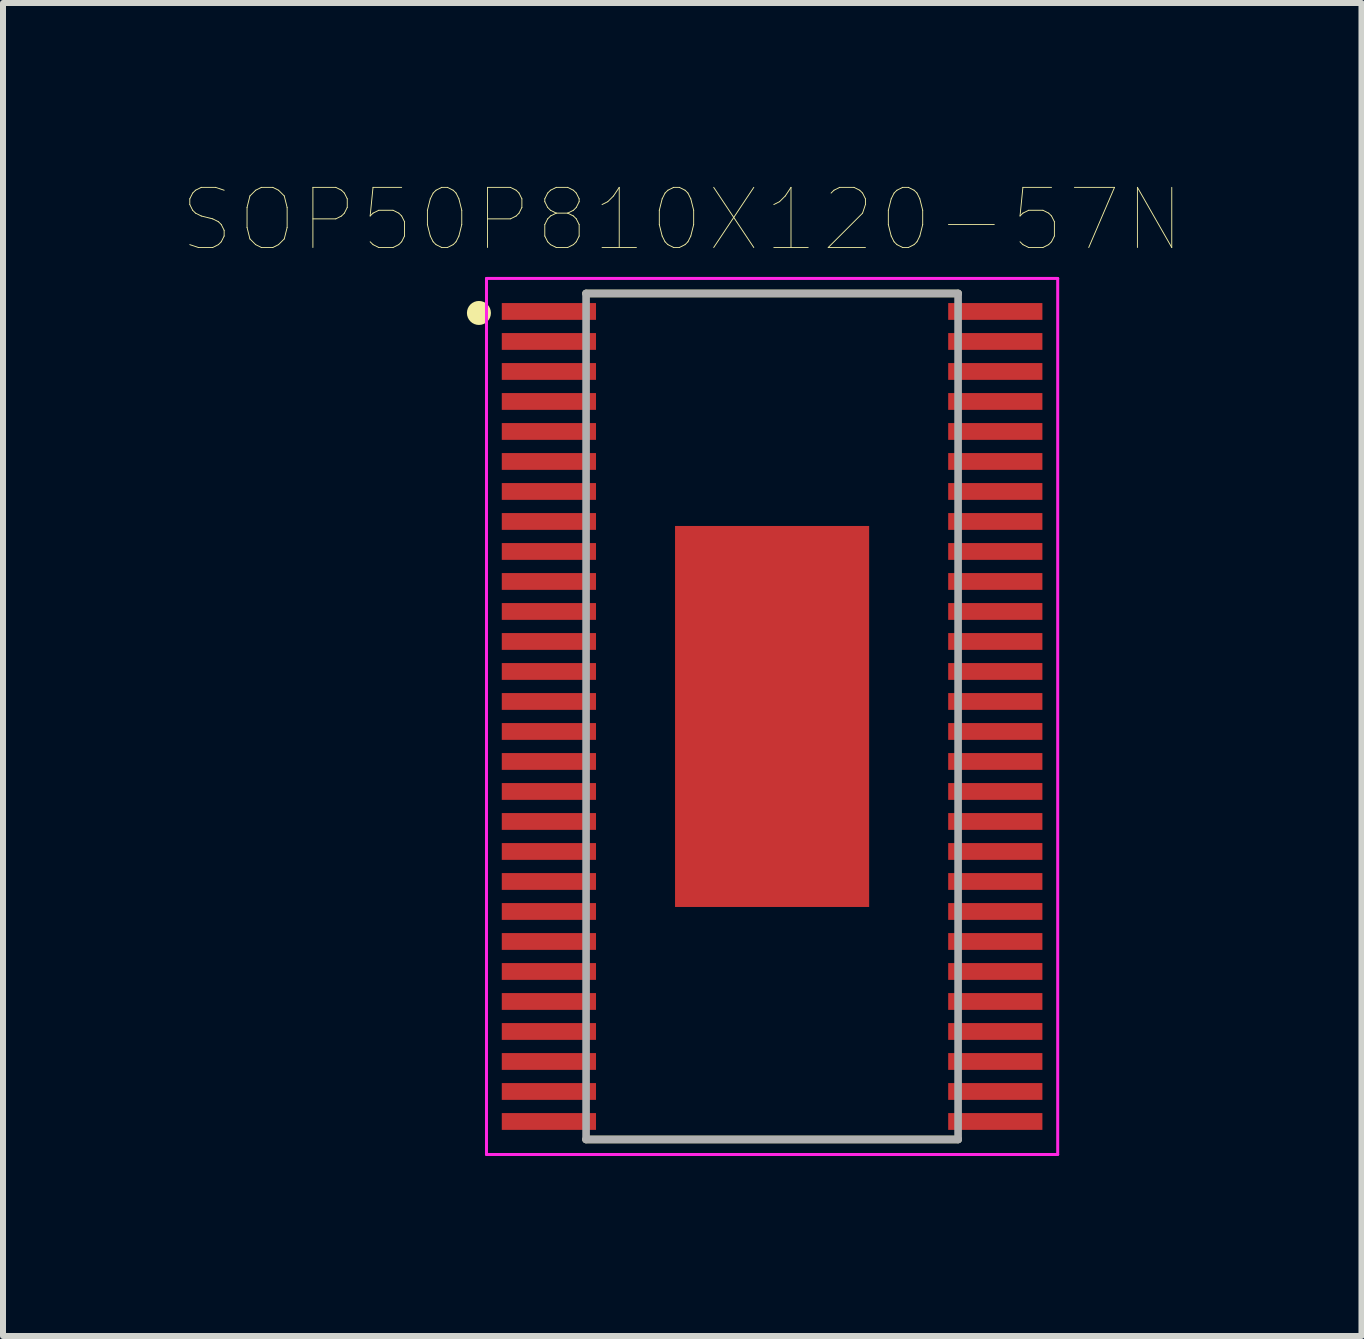
<source format=kicad_pcb>
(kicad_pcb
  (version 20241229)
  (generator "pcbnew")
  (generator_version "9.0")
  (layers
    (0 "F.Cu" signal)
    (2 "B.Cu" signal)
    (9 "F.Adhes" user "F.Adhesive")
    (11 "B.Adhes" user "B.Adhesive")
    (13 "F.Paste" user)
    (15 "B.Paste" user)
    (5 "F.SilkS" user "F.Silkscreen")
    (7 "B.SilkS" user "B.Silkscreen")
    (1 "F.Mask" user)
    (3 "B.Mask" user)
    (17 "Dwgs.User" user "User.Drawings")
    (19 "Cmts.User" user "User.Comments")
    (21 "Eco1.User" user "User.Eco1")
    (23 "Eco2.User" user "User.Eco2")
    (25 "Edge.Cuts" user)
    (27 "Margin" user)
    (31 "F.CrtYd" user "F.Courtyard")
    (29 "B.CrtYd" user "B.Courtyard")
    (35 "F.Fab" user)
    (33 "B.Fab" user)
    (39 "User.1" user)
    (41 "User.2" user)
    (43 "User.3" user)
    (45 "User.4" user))
  (footprint "SOP50P810X120-57N"
    (layer "F.Cu")
    (at 9.818 8.891)
    (property "Reference" "SOP50P810X120-57N" (at -1.498 -8.279 0) (layer "F.SilkS") (effects (font (size 1.002 1.002) (thickness 0.015))))
    (attr through_hole)
    (fp_line (start -3.1 -7.05) (end 3.1 -7.05) (stroke (width 0.127) (type solid)) (layer "F.SilkS"))
    (fp_line (start -3.1 7.05) (end 3.1 7.05) (stroke (width 0.127) (type solid)) (layer "F.SilkS"))
    (fp_circle (center -4.886 -6.725) (end -4.786 -6.725) (stroke (width 0.2) (type solid)) (fill no) (layer "F.SilkS"))
    (fp_poly (pts (xy -1.024 -2) (xy 1.023 -2) (xy 1.023 2.003) (xy -1.024 2.003)) (stroke (width 0.01) (type solid)) (fill yes) (layer "F.Paste"))
    (fp_line (start -4.76 -7.3) (end -4.76 7.3) (stroke (width 0.05) (type solid)) (layer "F.CrtYd"))
    (fp_line (start -4.76 -7.3) (end 4.76 -7.3) (stroke (width 0.05) (type solid)) (layer "F.CrtYd"))
    (fp_line (start -4.76 7.3) (end 4.76 7.3) (stroke (width 0.05) (type solid)) (layer "F.CrtYd"))
    (fp_line (start 4.76 -7.3) (end 4.76 7.3) (stroke (width 0.05) (type solid)) (layer "F.CrtYd"))
    (fp_line (start -3.1 -7.05) (end -3.1 7.05) (stroke (width 0.127) (type solid)) (layer "F.Fab"))
    (fp_line (start -3.1 -7.05) (end 3.1 -7.05) (stroke (width 0.127) (type solid)) (layer "F.Fab"))
    (fp_line (start -3.1 7.05) (end 3.1 7.05) (stroke (width 0.127) (type solid)) (layer "F.Fab"))
    (fp_line (start 3.1 -7.05) (end 3.1 7.05) (stroke (width 0.127) (type solid)) (layer "F.Fab"))
    (pad "1" smd rect (at -3.72 -6.75) (size 1.57 0.28) (layers "F.Cu" "F.Mask" "F.Paste"))
    (pad "2" smd rect (at -3.72 -6.25) (size 1.57 0.28) (layers "F.Cu" "F.Mask" "F.Paste"))
    (pad "3" smd rect (at -3.72 -5.75) (size 1.57 0.28) (layers "F.Cu" "F.Mask" "F.Paste"))
    (pad "4" smd rect (at -3.72 -5.25) (size 1.57 0.28) (layers "F.Cu" "F.Mask" "F.Paste"))
    (pad "5" smd rect (at -3.72 -4.75) (size 1.57 0.28) (layers "F.Cu" "F.Mask" "F.Paste"))
    (pad "6" smd rect (at -3.72 -4.25) (size 1.57 0.28) (layers "F.Cu" "F.Mask" "F.Paste"))
    (pad "7" smd rect (at -3.72 -3.75) (size 1.57 0.28) (layers "F.Cu" "F.Mask" "F.Paste"))
    (pad "8" smd rect (at -3.72 -3.25) (size 1.57 0.28) (layers "F.Cu" "F.Mask" "F.Paste"))
    (pad "9" smd rect (at -3.72 -2.75) (size 1.57 0.28) (layers "F.Cu" "F.Mask" "F.Paste"))
    (pad "10" smd rect (at -3.72 -2.25) (size 1.57 0.28) (layers "F.Cu" "F.Mask" "F.Paste"))
    (pad "11" smd rect (at -3.72 -1.75) (size 1.57 0.28) (layers "F.Cu" "F.Mask" "F.Paste"))
    (pad "12" smd rect (at -3.72 -1.25) (size 1.57 0.28) (layers "F.Cu" "F.Mask" "F.Paste"))
    (pad "13" smd rect (at -3.72 -0.75) (size 1.57 0.28) (layers "F.Cu" "F.Mask" "F.Paste"))
    (pad "14" smd rect (at -3.72 -0.25) (size 1.57 0.28) (layers "F.Cu" "F.Mask" "F.Paste"))
    (pad "15" smd rect (at -3.72 0.25) (size 1.57 0.28) (layers "F.Cu" "F.Mask" "F.Paste"))
    (pad "16" smd rect (at -3.72 0.75) (size 1.57 0.28) (layers "F.Cu" "F.Mask" "F.Paste"))
    (pad "17" smd rect (at -3.72 1.25) (size 1.57 0.28) (layers "F.Cu" "F.Mask" "F.Paste"))
    (pad "18" smd rect (at -3.72 1.75) (size 1.57 0.28) (layers "F.Cu" "F.Mask" "F.Paste"))
    (pad "19" smd rect (at -3.72 2.25) (size 1.57 0.28) (layers "F.Cu" "F.Mask" "F.Paste"))
    (pad "20" smd rect (at -3.72 2.75) (size 1.57 0.28) (layers "F.Cu" "F.Mask" "F.Paste"))
    (pad "21" smd rect (at -3.72 3.25) (size 1.57 0.28) (layers "F.Cu" "F.Mask" "F.Paste"))
    (pad "22" smd rect (at -3.72 3.75) (size 1.57 0.28) (layers "F.Cu" "F.Mask" "F.Paste"))
    (pad "23" smd rect (at -3.72 4.25) (size 1.57 0.28) (layers "F.Cu" "F.Mask" "F.Paste"))
    (pad "24" smd rect (at -3.72 4.75) (size 1.57 0.28) (layers "F.Cu" "F.Mask" "F.Paste"))
    (pad "25" smd rect (at -3.72 5.25) (size 1.57 0.28) (layers "F.Cu" "F.Mask" "F.Paste"))
    (pad "26" smd rect (at -3.72 5.75) (size 1.57 0.28) (layers "F.Cu" "F.Mask" "F.Paste"))
    (pad "27" smd rect (at -3.72 6.25) (size 1.57 0.28) (layers "F.Cu" "F.Mask" "F.Paste"))
    (pad "28" smd rect (at -3.72 6.75) (size 1.57 0.28) (layers "F.Cu" "F.Mask" "F.Paste"))
    (pad "29" smd rect (at 3.72 6.75) (size 1.57 0.28) (layers "F.Cu" "F.Mask" "F.Paste"))
    (pad "30" smd rect (at 3.72 6.25) (size 1.57 0.28) (layers "F.Cu" "F.Mask" "F.Paste"))
    (pad "31" smd rect (at 3.72 5.75) (size 1.57 0.28) (layers "F.Cu" "F.Mask" "F.Paste"))
    (pad "32" smd rect (at 3.72 5.25) (size 1.57 0.28) (layers "F.Cu" "F.Mask" "F.Paste"))
    (pad "33" smd rect (at 3.72 4.75) (size 1.57 0.28) (layers "F.Cu" "F.Mask" "F.Paste"))
    (pad "34" smd rect (at 3.72 4.25) (size 1.57 0.28) (layers "F.Cu" "F.Mask" "F.Paste"))
    (pad "35" smd rect (at 3.72 3.75) (size 1.57 0.28) (layers "F.Cu" "F.Mask" "F.Paste"))
    (pad "36" smd rect (at 3.72 3.25) (size 1.57 0.28) (layers "F.Cu" "F.Mask" "F.Paste"))
    (pad "37" smd rect (at 3.72 2.75) (size 1.57 0.28) (layers "F.Cu" "F.Mask" "F.Paste"))
    (pad "38" smd rect (at 3.72 2.25) (size 1.57 0.28) (layers "F.Cu" "F.Mask" "F.Paste"))
    (pad "39" smd rect (at 3.72 1.75) (size 1.57 0.28) (layers "F.Cu" "F.Mask" "F.Paste"))
    (pad "40" smd rect (at 3.72 1.25) (size 1.57 0.28) (layers "F.Cu" "F.Mask" "F.Paste"))
    (pad "41" smd rect (at 3.72 0.75) (size 1.57 0.28) (layers "F.Cu" "F.Mask" "F.Paste"))
    (pad "42" smd rect (at 3.72 0.25) (size 1.57 0.28) (layers "F.Cu" "F.Mask" "F.Paste"))
    (pad "43" smd rect (at 3.72 -0.25) (size 1.57 0.28) (layers "F.Cu" "F.Mask" "F.Paste"))
    (pad "44" smd rect (at 3.72 -0.75) (size 1.57 0.28) (layers "F.Cu" "F.Mask" "F.Paste"))
    (pad "45" smd rect (at 3.72 -1.25) (size 1.57 0.28) (layers "F.Cu" "F.Mask" "F.Paste"))
    (pad "46" smd rect (at 3.72 -1.75) (size 1.57 0.28) (layers "F.Cu" "F.Mask" "F.Paste"))
    (pad "47" smd rect (at 3.72 -2.25) (size 1.57 0.28) (layers "F.Cu" "F.Mask" "F.Paste"))
    (pad "48" smd rect (at 3.72 -2.75) (size 1.57 0.28) (layers "F.Cu" "F.Mask" "F.Paste"))
    (pad "49" smd rect (at 3.72 -3.25) (size 1.57 0.28) (layers "F.Cu" "F.Mask" "F.Paste"))
    (pad "50" smd rect (at 3.72 -3.75) (size 1.57 0.28) (layers "F.Cu" "F.Mask" "F.Paste"))
    (pad "51" smd rect (at 3.72 -4.25) (size 1.57 0.28) (layers "F.Cu" "F.Mask" "F.Paste"))
    (pad "52" smd rect (at 3.72 -4.75) (size 1.57 0.28) (layers "F.Cu" "F.Mask" "F.Paste"))
    (pad "53" smd rect (at 3.72 -5.25) (size 1.57 0.28) (layers "F.Cu" "F.Mask" "F.Paste"))
    (pad "54" smd rect (at 3.72 -5.75) (size 1.57 0.28) (layers "F.Cu" "F.Mask" "F.Paste"))
    (pad "55" smd rect (at 3.72 -6.25) (size 1.57 0.28) (layers "F.Cu" "F.Mask" "F.Paste"))
    (pad "56" smd rect (at 3.72 -6.75) (size 1.57 0.28) (layers "F.Cu" "F.Mask" "F.Paste"))
    (pad "57" smd rect (at 0 0) (size 3.235 6.35) (layers "F.Cu" "F.Mask")))
  (gr_rect
    (start -3 -3)
    (end 19.641 19.216)
    (stroke (width 0.1) (type default))
    (fill no)
    (layer "Edge.Cuts")))
</source>
